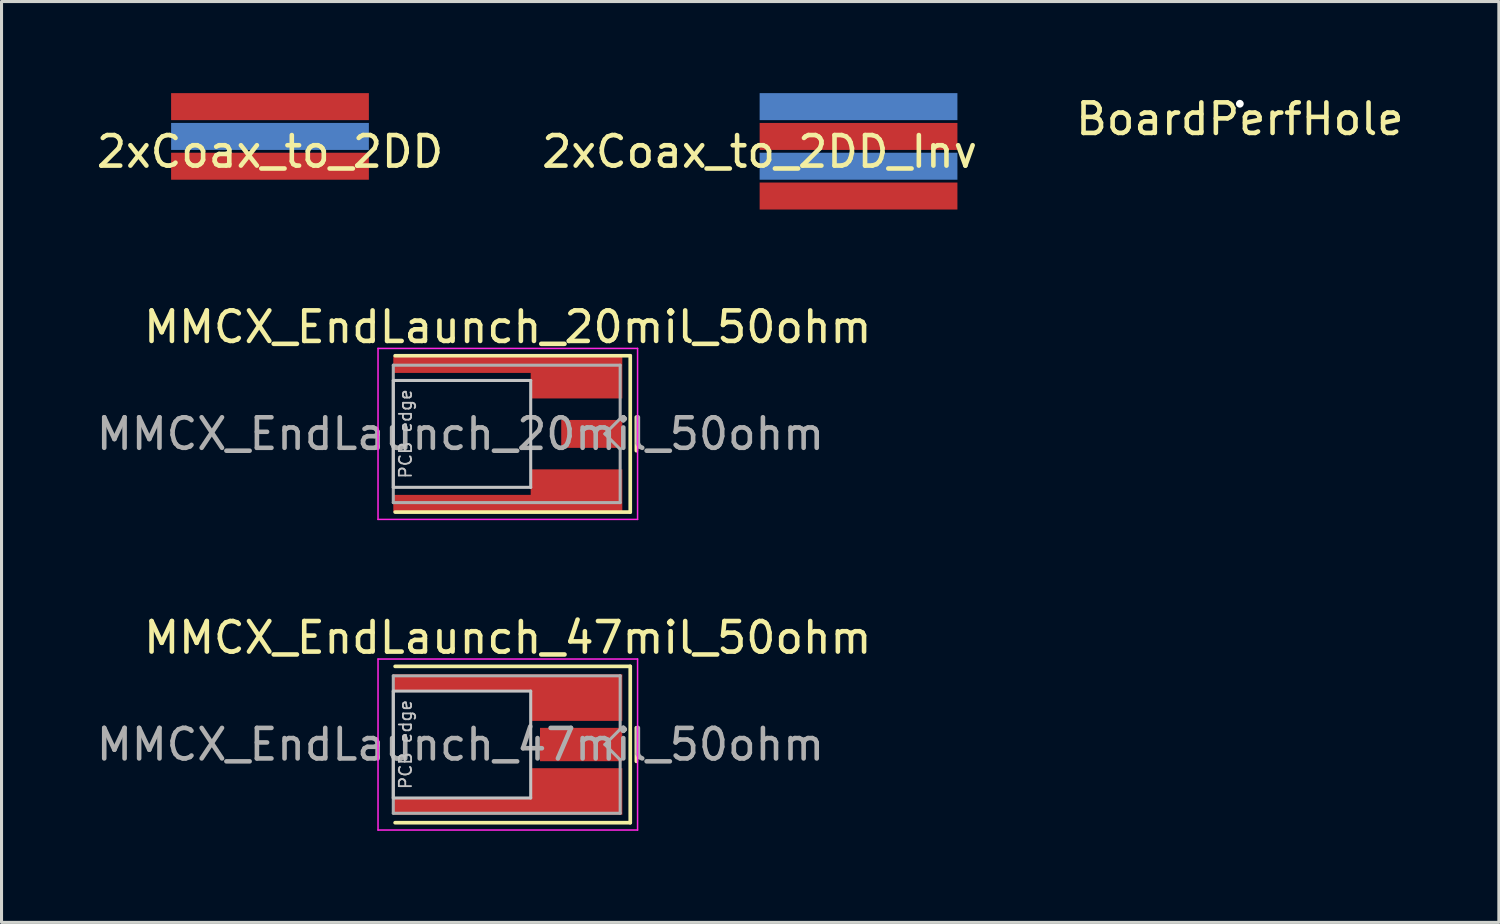
<source format=kicad_pcb>
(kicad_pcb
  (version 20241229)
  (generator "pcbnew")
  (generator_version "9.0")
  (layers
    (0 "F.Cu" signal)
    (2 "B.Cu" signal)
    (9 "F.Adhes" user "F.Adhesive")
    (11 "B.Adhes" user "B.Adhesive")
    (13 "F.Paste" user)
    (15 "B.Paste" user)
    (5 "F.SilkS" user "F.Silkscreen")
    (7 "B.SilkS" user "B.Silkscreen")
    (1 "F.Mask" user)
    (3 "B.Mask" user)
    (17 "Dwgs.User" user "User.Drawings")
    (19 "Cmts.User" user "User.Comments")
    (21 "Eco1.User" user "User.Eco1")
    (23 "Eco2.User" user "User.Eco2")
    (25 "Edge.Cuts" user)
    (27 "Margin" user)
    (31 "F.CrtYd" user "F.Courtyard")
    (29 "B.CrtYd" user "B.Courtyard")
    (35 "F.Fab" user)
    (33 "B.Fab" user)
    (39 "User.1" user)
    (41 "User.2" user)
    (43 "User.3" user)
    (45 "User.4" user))
  (footprint "MMCX_EndLaunch_47mil_50ohm"
    (layer "F.Cu")
    (at 13.58 21.333)
    (property "Reference" "MMCX_EndLaunch_47mil_50ohm" (at 0 -3.5 0) (layer "F.SilkS") (effects (font (size 1 1) (thickness 0.15))))
    (attr smd)
    (fp_line (start -3.69 -2.56) (end 4.01 -2.56) (stroke (width 0.12) (type solid)) (layer "F.SilkS"))
    (fp_line (start -3.69 2.56) (end 4.01 2.56) (stroke (width 0.12) (type solid)) (layer "F.SilkS"))
    (fp_line (start 4.01 2.56) (end 4.01 -2.56) (stroke (width 0.12) (type solid)) (layer "F.SilkS"))
    (fp_line (start 4.21 -0.55) (end 4.21 0.55) (stroke (width 0.12) (type solid)) (layer "F.SilkS"))
    (fp_line (start -3.75 1.75) (end -3.75 -1.75) (stroke (width 0.1) (type solid)) (layer "Dwgs.User"))
    (fp_line (start -3.75 1.75) (end 0.75 1.75) (stroke (width 0.1) (type solid)) (layer "Dwgs.User"))
    (fp_line (start 0.75 -1.75) (end -3.75 -1.75) (stroke (width 0.1) (type solid)) (layer "Dwgs.User"))
    (fp_line (start 0.75 1.75) (end 0.75 -1.75) (stroke (width 0.1) (type solid)) (layer "Dwgs.User"))
    (fp_line (start -4.25 -2.8) (end -4.25 2.8) (stroke (width 0.05) (type solid)) (layer "F.CrtYd"))
    (fp_line (start -4.25 -2.8) (end 4.25 -2.8) (stroke (width 0.05) (type solid)) (layer "F.CrtYd"))
    (fp_line (start -4.25 2.8) (end 4.25 2.8) (stroke (width 0.05) (type solid)) (layer "F.CrtYd"))
    (fp_line (start 4.25 -2.8) (end 4.25 2.8) (stroke (width 0.05) (type solid)) (layer "F.CrtYd"))
    (fp_line (start -3.75 -2.25) (end -3.75 2.25) (stroke (width 0.1) (type solid)) (layer "F.Fab"))
    (fp_line (start -3.75 -2.25) (end 3.68 -2.25) (stroke (width 0.1) (type solid)) (layer "F.Fab"))
    (fp_line (start -3.75 2.25) (end 3.68 2.25) (stroke (width 0.1) (type solid)) (layer "F.Fab"))
    (fp_line (start 3.18 0) (end 3.68 -0.5) (stroke (width 0.1) (type solid)) (layer "F.Fab"))
    (fp_line (start 3.18 0) (end 3.68 0.5) (stroke (width 0.1) (type solid)) (layer "F.Fab"))
    (fp_line (start 3.68 -0.5) (end 3.68 -2.25) (stroke (width 0.1) (type solid)) (layer "F.Fab"))
    (fp_line (start 3.68 2.25) (end 3.68 0.5) (stroke (width 0.1) (type solid)) (layer "F.Fab"))
    (fp_text user "PCB edge" (at -3.35 0 90) (layer "Dwgs.User") (effects (font (size 0.4 0.4) (thickness 0.06))))
    (fp_text user "${REFERENCE}" (at -1.55 0 0) (layer "F.Fab") (effects (font (size 1 1) (thickness 0.15))))
    (pad "1" smd rect (at 2.402 0) (size 2.695 1.092) (layers "F.Cu" "F.Mask" "F.Paste"))
    (pad "2" smd custom (at 2.25 -1.537) (size 3 1.525) (layers "F.Cu" "F.Mask" "F.Paste") (options (anchor rect)) (primitives (gr_poly (pts (xy -6 -0.763) (xy -6 -0.213) (xy -1.5 -0.213) (xy -1.5 -0.763)) (width 0) (fill yes))))
    (pad "2" smd custom (at 2.25 1.537) (size 3 1.525) (layers "F.Cu" "F.Mask" "F.Paste") (options (anchor rect)) (primitives (gr_poly (pts (xy -6 0.213) (xy -6 0.763) (xy -1.5 0.763) (xy -1.5 0.213)) (width 0) (fill yes)))))
  (footprint "2xCoax_to_2DD"
    (layer "F.Cu")
    (at 5.792 1.418)
    (property "Reference" "2xCoax_to_2DD" (at 0 0.5 0) (layer "F.SilkS") (effects (font (size 1 1) (thickness 0.15))))
    (attr through_hole)
    (pad "1" smd rect (at 0 -0.976) (size 6.477 0.884) (layers "F.Cu" "F.Mask" "F.Paste"))
    (pad "2" smd rect (at 0 0) (size 6.477 0.884) (layers "B.Cu" "B.Mask" "B.Paste"))
    (pad "3" smd rect (at 0 0.976) (size 6.477 0.884) (layers "F.Cu" "F.Mask" "F.Paste")))
  (footprint "MMCX_EndLaunch_20mil_50ohm"
    (layer "F.Cu")
    (at 13.58 11.16)
    (property "Reference" "MMCX_EndLaunch_20mil_50ohm" (at 0 -3.5 0) (layer "F.SilkS") (effects (font (size 1 1) (thickness 0.15))))
    (attr smd)
    (fp_line (start -3.69 -2.56) (end 4.01 -2.56) (stroke (width 0.12) (type solid)) (layer "F.SilkS"))
    (fp_line (start -3.69 2.56) (end 4.01 2.56) (stroke (width 0.12) (type solid)) (layer "F.SilkS"))
    (fp_line (start 4.01 2.56) (end 4.01 -2.56) (stroke (width 0.12) (type solid)) (layer "F.SilkS"))
    (fp_line (start 4.21 -0.55) (end 4.21 0.55) (stroke (width 0.12) (type solid)) (layer "F.SilkS"))
    (fp_line (start -3.75 1.75) (end -3.75 -1.75) (stroke (width 0.1) (type solid)) (layer "Dwgs.User"))
    (fp_line (start -3.75 1.75) (end 0.75 1.75) (stroke (width 0.1) (type solid)) (layer "Dwgs.User"))
    (fp_line (start 0.75 -1.75) (end -3.75 -1.75) (stroke (width 0.1) (type solid)) (layer "Dwgs.User"))
    (fp_line (start 0.75 1.75) (end 0.75 -1.75) (stroke (width 0.1) (type solid)) (layer "Dwgs.User"))
    (fp_line (start -4.25 -2.8) (end -4.25 2.8) (stroke (width 0.05) (type solid)) (layer "F.CrtYd"))
    (fp_line (start -4.25 -2.8) (end 4.25 -2.8) (stroke (width 0.05) (type solid)) (layer "F.CrtYd"))
    (fp_line (start -4.25 2.8) (end 4.25 2.8) (stroke (width 0.05) (type solid)) (layer "F.CrtYd"))
    (fp_line (start 4.25 -2.8) (end 4.25 2.8) (stroke (width 0.05) (type solid)) (layer "F.CrtYd"))
    (fp_line (start -3.75 -2.25) (end -3.75 2.25) (stroke (width 0.1) (type solid)) (layer "F.Fab"))
    (fp_line (start -3.75 -2.25) (end 3.68 -2.25) (stroke (width 0.1) (type solid)) (layer "F.Fab"))
    (fp_line (start -3.75 2.25) (end 3.68 2.25) (stroke (width 0.1) (type solid)) (layer "F.Fab"))
    (fp_line (start 3.18 0) (end 3.68 -0.5) (stroke (width 0.1) (type solid)) (layer "F.Fab"))
    (fp_line (start 3.18 0) (end 3.68 0.5) (stroke (width 0.1) (type solid)) (layer "F.Fab"))
    (fp_line (start 3.68 -0.5) (end 3.68 -2.25) (stroke (width 0.1) (type solid)) (layer "F.Fab"))
    (fp_line (start 3.68 2.25) (end 3.68 0.5) (stroke (width 0.1) (type solid)) (layer "F.Fab"))
    (fp_text user "PCB edge" (at -3.35 0 90) (layer "Dwgs.User") (effects (font (size 0.4 0.4) (thickness 0.06))))
    (fp_text user "${REFERENCE}" (at -1.55 0 0) (layer "F.Fab") (effects (font (size 1 1) (thickness 0.15))))
    (pad "1" smd rect (at 2.75 0) (size 2 0.914) (layers "F.Cu" "F.Mask" "F.Paste"))
    (pad "2" smd custom (at 2.25 -1.847) (size 3 1.372) (layers "F.Cu" "F.Mask" "F.Paste") (options (anchor rect)) (primitives (gr_poly (pts (xy -6 -0.7) (xy -6 -0.15) (xy -1.5 -0.15) (xy -1.5 -0.7)) (width 0) (fill yes))))
    (pad "2" smd custom (at 2.25 1.847) (size 3 1.372) (layers "F.Cu" "F.Mask" "F.Paste") (options (anchor rect)) (primitives (gr_poly (pts (xy -6 0.15) (xy -6 0.7) (xy -1.5 0.7) (xy -1.5 0.15)) (width 0) (fill yes)))))
  (footprint "2xCoax_to_2DD_Inv"
    (layer "F.Cu")
    (at 21.827 1.418)
    (property "Reference" "2xCoax_to_2DD_Inv" (at 0 0.5 0) (layer "F.SilkS") (effects (font (size 1 1) (thickness 0.15))))
    (attr through_hole)
    (pad "1" smd rect (at 0 -0.976) (size 6.477 0.884) (drill (offset 3.239 0)) (layers "B.Cu" "B.Mask" "B.Paste"))
    (pad "2" smd rect (at 0 0) (size 6.477 0.884) (drill (offset 3.239 0)) (layers "F.Cu" "F.Mask" "F.Paste"))
    (pad "3" smd rect (at 0 0.976) (size 6.477 0.884) (drill (offset 3.239 0)) (layers "B.Cu" "B.Mask" "B.Paste"))
    (pad "3" smd rect (at 0 1.952) (size 6.477 0.884) (drill (offset 3.239 0)) (layers "F.Cu" "F.Mask" "F.Paste")))
  (footprint "BoardPerfHole"
    (layer "F.Cu")
    (at 37.554 0.348)
    (property "Reference" "BoardPerfHole" (at 0 0.5 0) (layer "F.SilkS") (effects (font (size 1 1) (thickness 0.15))))
    (attr through_hole)
    (pad "" np_thru_hole circle (at 0 0) (size 0.254 0.254) (drill 0.254) (layers "*.Cu" "*.Mask")))
  (gr_rect
    (start -3 -3)
    (end 46.036 27.158)
    (stroke (width 0.1) (type default))
    (fill no)
    (layer "Edge.Cuts")))
</source>
